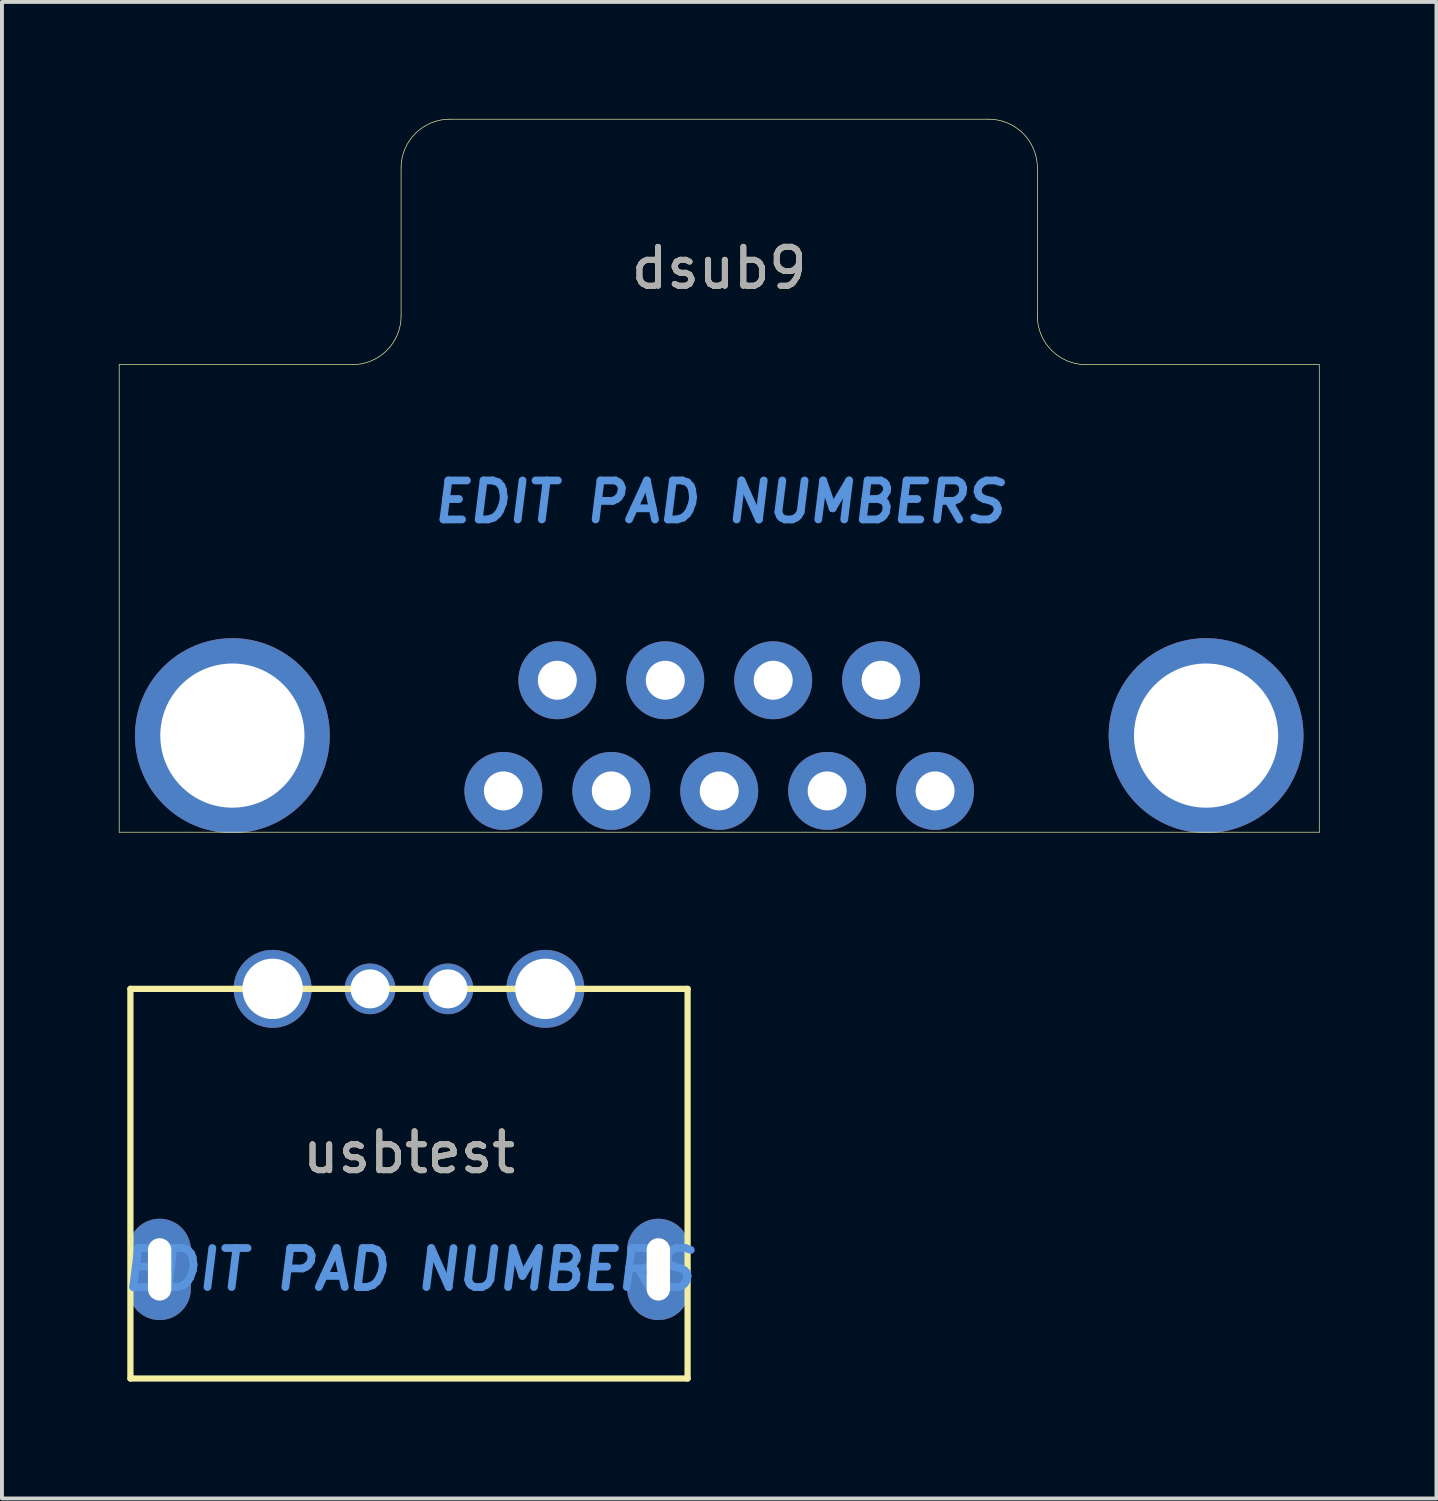
<source format=kicad_pcb>
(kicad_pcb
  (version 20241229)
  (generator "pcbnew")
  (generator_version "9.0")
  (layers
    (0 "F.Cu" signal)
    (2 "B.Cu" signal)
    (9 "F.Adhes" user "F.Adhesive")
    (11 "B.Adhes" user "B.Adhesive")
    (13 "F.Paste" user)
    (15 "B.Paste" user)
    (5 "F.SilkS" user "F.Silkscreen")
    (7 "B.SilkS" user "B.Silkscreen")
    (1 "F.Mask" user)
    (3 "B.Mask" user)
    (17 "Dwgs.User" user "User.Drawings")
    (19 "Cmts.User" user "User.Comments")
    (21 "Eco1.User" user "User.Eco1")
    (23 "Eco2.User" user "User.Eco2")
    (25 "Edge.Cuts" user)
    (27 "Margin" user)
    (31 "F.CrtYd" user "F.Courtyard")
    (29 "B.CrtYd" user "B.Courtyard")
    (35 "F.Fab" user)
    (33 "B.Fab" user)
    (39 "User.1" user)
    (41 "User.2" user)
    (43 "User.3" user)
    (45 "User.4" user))
  (footprint "usbtest"
    (layer "F.Cu")
    (at 7.447 29.529)
    (property "Reference" "usbtest" (at 0 -3 0) (layer "F.SilkS") (effects (font (size 1 1) (thickness 0.15))))
    (attr through_hole)
    (fp_line (start -7.15 -7.2) (end 7.15 -7.2) (stroke (width 0.16) (type solid)) (layer "F.SilkS"))
    (fp_line (start -7.15 2.8) (end -7.15 -7.2) (stroke (width 0.16) (type solid)) (layer "F.SilkS"))
    (fp_line (start 7.15 -7.2) (end 7.15 2.8) (stroke (width 0.16) (type solid)) (layer "F.SilkS"))
    (fp_line (start 7.15 2.8) (end -7.15 2.8) (stroke (width 0.16) (type solid)) (layer "F.SilkS"))
    (fp_text user "EDIT PAD NUMBERS" (at 0 0 0) (layer "Cmts.User") (effects (font (size 1 1) (thickness 0.2) (italic yes))))
    (fp_text user "${REFERENCE}" (at 0 -3 0) (layer "F.Fab") (effects (font (size 1 1) (thickness 0.15))))
    (pad "" np_thru_hole oval (at -6.4 0) (size 1.6 2.6) (drill oval 0.6 1.6) (layers "*.Cu" "*.Mask"))
    (pad "" np_thru_hole circle (at -3.5 -7.2) (size 2 2) (drill 1.55) (layers "*.Cu" "*.Mask"))
    (pad "" np_thru_hole circle (at -1 -7.2) (size 1.3 1.3) (drill 1) (layers "*.Cu" "*.Mask"))
    (pad "" np_thru_hole circle (at 1 -7.2) (size 1.3 1.3) (drill 1) (layers "*.Cu" "*.Mask"))
    (pad "" np_thru_hole circle (at 3.5 -7.2) (size 2 2) (drill 1.55) (layers "*.Cu" "*.Mask"))
    (pad "" np_thru_hole oval (at 6.4 0) (size 1.6 2.6) (drill oval 0.6 1.6) (layers "*.Cu" "*.Mask")))
  (footprint "dsub9"
    (layer "F.Cu")
    (at 15.409 15.829)
    (property "Reference" "dsub9" (at 0 -12 0) (layer "F.SilkS") (effects (font (size 1 1) (thickness 0.15))))
    (attr through_hole)
    (fp_line (start -15.4 -9.52) (end -9.415 -9.52) (stroke (width 0.017) (type solid)) (layer "F.SilkS"))
    (fp_line (start -15.4 2.48) (end -15.4 -9.52) (stroke (width 0.017) (type solid)) (layer "F.SilkS"))
    (fp_line (start -8.165 -14.57) (end -8.165 -10.77) (stroke (width 0.017) (type solid)) (layer "F.SilkS"))
    (fp_line (start -6.915 -15.82) (end 6.915 -15.82) (stroke (width 0.017) (type solid)) (layer "F.SilkS"))
    (fp_line (start 8.165 -14.57) (end 8.165 -10.77) (stroke (width 0.017) (type solid)) (layer "F.SilkS"))
    (fp_line (start 9.415 -9.52) (end 15.4 -9.52) (stroke (width 0.017) (type solid)) (layer "F.SilkS"))
    (fp_line (start 15.4 -9.52) (end 15.4 2.48) (stroke (width 0.017) (type solid)) (layer "F.SilkS"))
    (fp_line (start 15.4 2.48) (end -15.4 2.48) (stroke (width 0.017) (type solid)) (layer "F.SilkS"))
    (fp_arc (start -8.165 -14.57) (mid -7.798883 -15.453883) (end -6.915 -15.82) (stroke (width 0.017) (type solid)) (layer "F.SilkS"))
    (fp_arc (start -8.165 -10.77) (mid -8.531117 -9.886117) (end -9.415 -9.52) (stroke (width 0.017) (type solid)) (layer "F.SilkS"))
    (fp_arc (start 6.915 -15.82) (mid 7.798883 -15.453883) (end 8.165 -14.57) (stroke (width 0.017) (type solid)) (layer "F.SilkS"))
    (fp_arc (start 9.415 -9.52) (mid 8.531117 -9.886117) (end 8.165 -10.77) (stroke (width 0.017) (type solid)) (layer "F.SilkS"))
    (fp_text user "EDIT PAD NUMBERS" (at 0 -6 0) (layer "Cmts.User") (effects (font (size 1 1) (thickness 0.2) (italic yes))))
    (fp_text user "${REFERENCE}" (at 0 -12 0) (layer "F.Fab") (effects (font (size 1 1) (thickness 0.15))))
    (pad "#" thru_hole circle (at -12.495 0) (size 5 5) (drill 3.7) (layers "*.Cu" "*.Mask"))
    (pad "#" thru_hole circle (at -5.54 1.42) (size 2 2) (drill 1) (layers "*.Cu" "*.Mask"))
    (pad "#" thru_hole circle (at -4.155 -1.42) (size 2 2) (drill 1) (layers "*.Cu" "*.Mask"))
    (pad "#" thru_hole circle (at -2.77 1.42) (size 2 2) (drill 1) (layers "*.Cu" "*.Mask"))
    (pad "#" thru_hole circle (at -1.385 -1.42) (size 2 2) (drill 1) (layers "*.Cu" "*.Mask"))
    (pad "#" thru_hole circle (at 0 1.42) (size 2 2) (drill 1) (layers "*.Cu" "*.Mask"))
    (pad "#" thru_hole circle (at 1.385 -1.42) (size 2 2) (drill 1) (layers "*.Cu" "*.Mask"))
    (pad "#" thru_hole circle (at 2.77 1.42) (size 2 2) (drill 1) (layers "*.Cu" "*.Mask"))
    (pad "#" thru_hole circle (at 4.155 -1.42) (size 2 2) (drill 1) (layers "*.Cu" "*.Mask"))
    (pad "#" thru_hole circle (at 5.54 1.42) (size 2 2) (drill 1) (layers "*.Cu" "*.Mask"))
    (pad "#" thru_hole circle (at 12.495 0) (size 5 5) (drill 3.7) (layers "*.Cu" "*.Mask")))
  (gr_rect
    (start -3 -3)
    (end 33.817 35.408)
    (stroke (width 0.1) (type default))
    (fill no)
    (layer "Edge.Cuts")))
</source>
